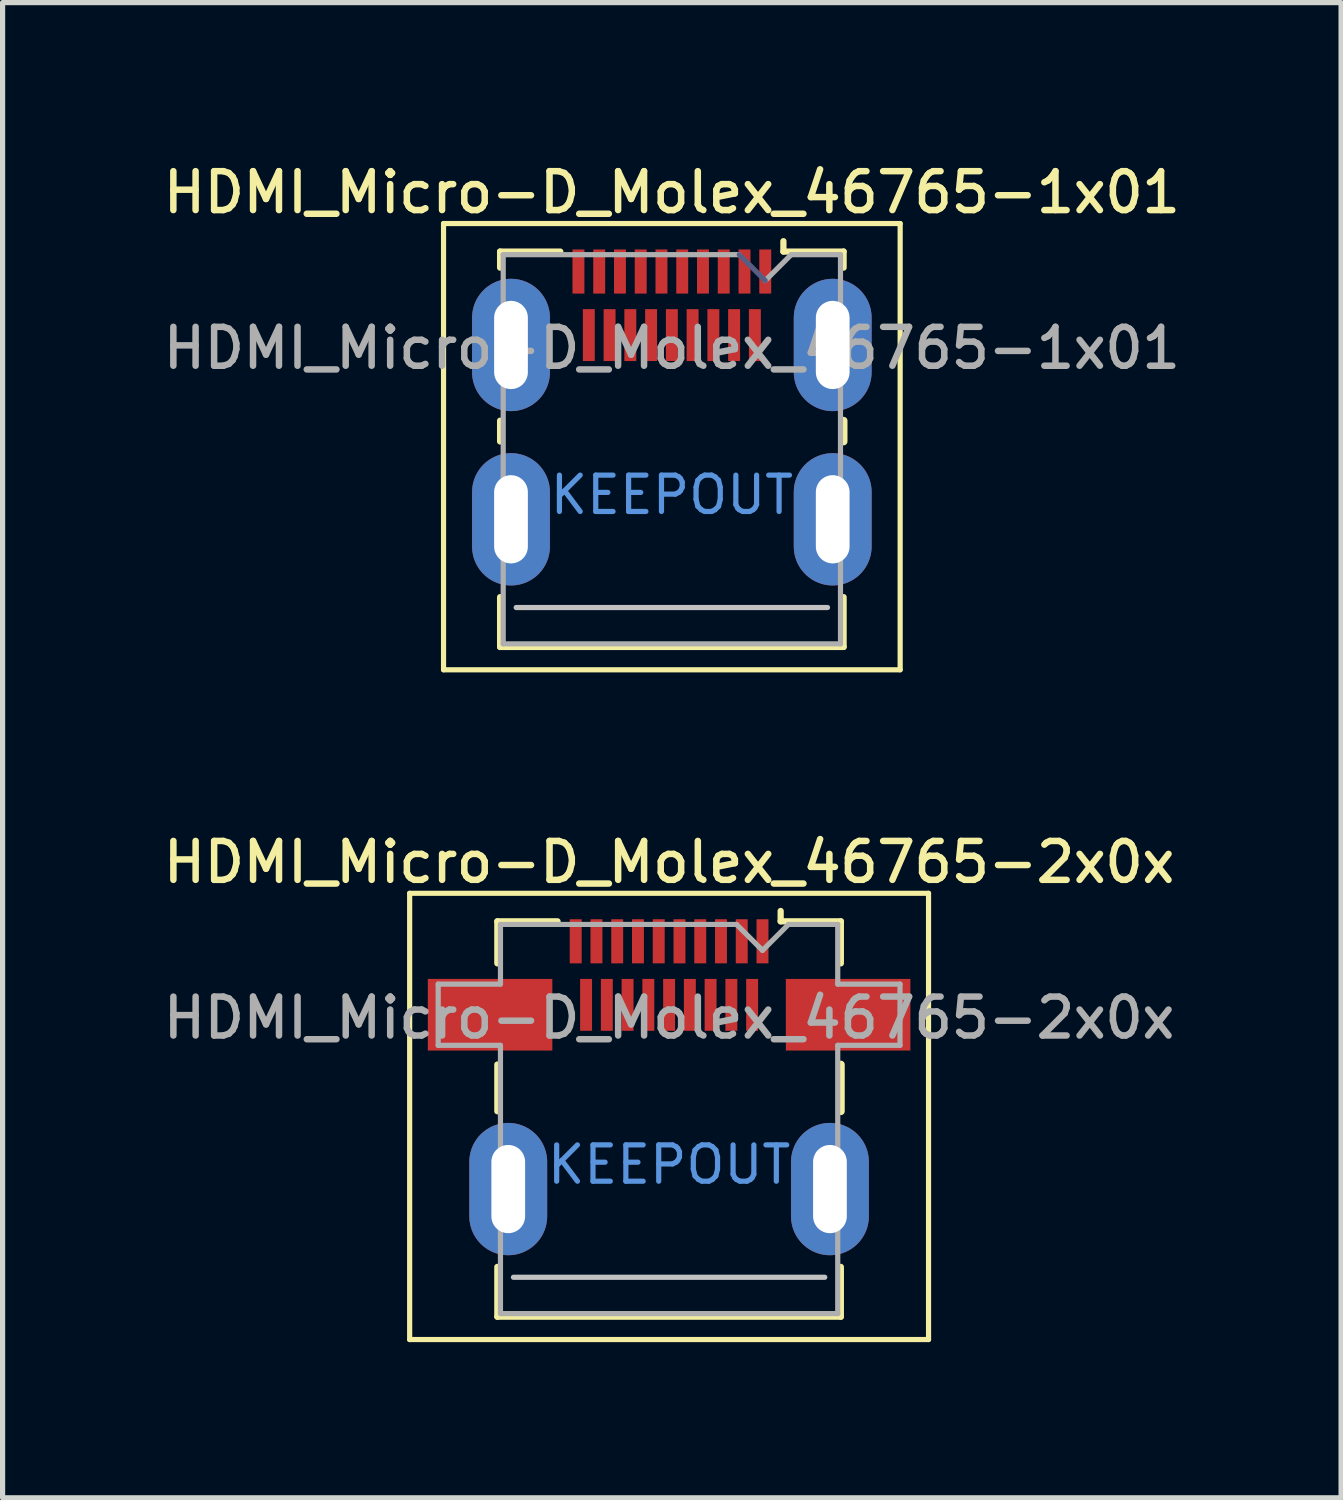
<source format=kicad_pcb>
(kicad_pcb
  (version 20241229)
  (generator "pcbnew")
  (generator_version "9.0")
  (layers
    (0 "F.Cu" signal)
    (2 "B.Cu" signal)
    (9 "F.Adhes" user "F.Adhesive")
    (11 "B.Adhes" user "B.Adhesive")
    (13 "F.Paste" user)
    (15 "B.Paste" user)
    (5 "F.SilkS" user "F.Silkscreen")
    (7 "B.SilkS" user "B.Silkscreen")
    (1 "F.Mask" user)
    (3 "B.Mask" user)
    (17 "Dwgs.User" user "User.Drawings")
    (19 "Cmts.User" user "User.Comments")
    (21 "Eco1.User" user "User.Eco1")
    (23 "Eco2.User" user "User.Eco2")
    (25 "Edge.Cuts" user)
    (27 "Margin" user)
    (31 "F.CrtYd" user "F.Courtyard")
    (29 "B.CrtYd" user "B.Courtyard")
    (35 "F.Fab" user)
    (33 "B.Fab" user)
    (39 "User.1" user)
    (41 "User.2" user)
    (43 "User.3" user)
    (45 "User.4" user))
  (footprint "HDMI_Micro-D_Molex_46765-1x01"
    (layer "F.Cu")
    (at 9.898 6.958)
    (property "Reference" "HDMI_Micro-D_Molex_46765-1x01" (at 0 -6.3 0) (layer "F.SilkS") (effects (font (size 0.75 0.75) (thickness 0.125))))
    (attr smd)
    (fp_line (start -4.4 -5.7) (end -4.4 2.9) (stroke (width 0.1) (type solid)) (layer "F.SilkS"))
    (fp_line (start -4.4 2.9) (end 4.4 2.9) (stroke (width 0.1) (type solid)) (layer "F.SilkS"))
    (fp_line (start -3.31 -5.16) (end -2.15 -5.16) (stroke (width 0.12) (type solid)) (layer "F.SilkS"))
    (fp_line (start -3.31 -4.85) (end -3.31 -5.16) (stroke (width 0.12) (type solid)) (layer "F.SilkS"))
    (fp_line (start -3.31 -1.5) (end -3.31 -1.9) (stroke (width 0.12) (type solid)) (layer "F.SilkS"))
    (fp_line (start -3.31 2.46) (end -3.31 1.5) (stroke (width 0.12) (type solid)) (layer "F.SilkS"))
    (fp_line (start -3.31 2.46) (end 3.31 2.46) (stroke (width 0.12) (type solid)) (layer "F.SilkS"))
    (fp_line (start 2.15 -5.16) (end 2.15 -5.36) (stroke (width 0.12) (type solid)) (layer "F.SilkS"))
    (fp_line (start 2.15 -5.16) (end 3.31 -5.16) (stroke (width 0.12) (type solid)) (layer "F.SilkS"))
    (fp_line (start 3.31 -5.16) (end 3.31 -4.85) (stroke (width 0.12) (type solid)) (layer "F.SilkS"))
    (fp_line (start 3.31 -1.9) (end 3.31 -1.5) (stroke (width 0.15) (type solid)) (layer "F.SilkS"))
    (fp_line (start 3.31 1.5) (end 3.31 2.46) (stroke (width 0.12) (type solid)) (layer "F.SilkS"))
    (fp_line (start 4.4 -5.7) (end -4.4 -5.7) (stroke (width 0.1) (type solid)) (layer "F.SilkS"))
    (fp_line (start 4.4 2.9) (end 4.4 -5.7) (stroke (width 0.1) (type solid)) (layer "F.SilkS"))
    (fp_line (start -3 1.7) (end 3 1.7) (stroke (width 0.1) (type solid)) (layer "Dwgs.User"))
    (fp_line (start 1.8 -4.6) (end 1.3 -5.1) (stroke (width 0.1) (type solid)) (layer "B.Fab"))
    (fp_line (start -3.25 -5.1) (end 1.3 -5.1) (stroke (width 0.1) (type solid)) (layer "F.Fab"))
    (fp_line (start -3.25 2.4) (end -3.25 -5.1) (stroke (width 0.1) (type solid)) (layer "F.Fab"))
    (fp_line (start 1.8 -4.6) (end 2.3 -5.1) (stroke (width 0.1) (type solid)) (layer "F.Fab"))
    (fp_line (start 2.3 -5.1) (end 3.25 -5.1) (stroke (width 0.1) (type solid)) (layer "F.Fab"))
    (fp_line (start 3.25 -5.1) (end 3.25 2.4) (stroke (width 0.1) (type solid)) (layer "F.Fab"))
    (fp_line (start 3.25 2.4) (end -3.25 2.4) (stroke (width 0.1) (type solid)) (layer "F.Fab"))
    (fp_text user "KEEPOUT" (at 0 -0.47 0) (layer "Cmts.User") (effects (font (size 0.7 0.7) (thickness 0.1))))
    (fp_text user "${REFERENCE}" (at 0 -3.3 0) (layer "F.Fab") (effects (font (size 0.75 0.75) (thickness 0.125))))
    (pad "1" smd rect (at 1.8 -4.775) (size 0.23 0.85) (layers "F.Cu" "F.Mask" "F.Paste"))
    (pad "2" smd rect (at 1.6 -3.55) (size 0.23 1) (layers "F.Cu" "F.Mask" "F.Paste"))
    (pad "3" smd rect (at 1.4 -4.775) (size 0.23 0.85) (layers "F.Cu" "F.Mask" "F.Paste"))
    (pad "4" smd rect (at 1.2 -3.55) (size 0.23 1) (layers "F.Cu" "F.Mask" "F.Paste"))
    (pad "5" smd rect (at 1 -4.775) (size 0.23 0.85) (layers "F.Cu" "F.Mask" "F.Paste"))
    (pad "6" smd rect (at 0.8 -3.55) (size 0.23 1) (layers "F.Cu" "F.Mask" "F.Paste"))
    (pad "7" smd rect (at 0.6 -4.775) (size 0.23 0.85) (layers "F.Cu" "F.Mask" "F.Paste"))
    (pad "8" smd rect (at 0.4 -3.55) (size 0.23 1) (layers "F.Cu" "F.Mask" "F.Paste"))
    (pad "9" smd rect (at 0.2 -4.775) (size 0.23 0.85) (layers "F.Cu" "F.Mask" "F.Paste"))
    (pad "10" smd rect (at 0 -3.55) (size 0.23 1) (layers "F.Cu" "F.Mask" "F.Paste"))
    (pad "11" smd rect (at -0.2 -4.775) (size 0.23 0.85) (layers "F.Cu" "F.Mask" "F.Paste"))
    (pad "12" smd rect (at -0.4 -3.55) (size 0.23 1) (layers "F.Cu" "F.Mask" "F.Paste"))
    (pad "13" smd rect (at -0.6 -4.775) (size 0.23 0.85) (layers "F.Cu" "F.Mask" "F.Paste"))
    (pad "14" smd rect (at -0.8 -3.55) (size 0.23 1) (layers "F.Cu" "F.Mask" "F.Paste"))
    (pad "15" smd rect (at -1 -4.775) (size 0.23 0.85) (layers "F.Cu" "F.Mask" "F.Paste"))
    (pad "16" smd rect (at -1.2 -3.55) (size 0.23 1) (layers "F.Cu" "F.Mask" "F.Paste"))
    (pad "17" smd rect (at -1.4 -4.775) (size 0.23 0.85) (layers "F.Cu" "F.Mask" "F.Paste"))
    (pad "18" smd rect (at -1.6 -3.55) (size 0.23 1) (layers "F.Cu" "F.Mask" "F.Paste"))
    (pad "19" smd rect (at -1.8 -4.775) (size 0.23 0.85) (layers "F.Cu" "F.Mask" "F.Paste"))
    (pad "SH" thru_hole oval (at -3.1 -3.36) (size 1.5 2.55) (drill oval 0.65 1.7) (layers "*.Cu" "*.Mask"))
    (pad "SH" thru_hole oval (at -3.1 0) (size 1.5 2.55) (drill oval 0.65 1.7) (layers "*.Cu" "*.Mask"))
    (pad "SH" thru_hole oval (at 3.1 -3.36) (size 1.5 2.55) (drill oval 0.65 1.7) (layers "*.Cu" "*.Mask"))
    (pad "SH" thru_hole oval (at 3.1 0) (size 1.5 2.55) (drill oval 0.65 1.7) (layers "*.Cu" "*.Mask"))
    (zone (net_name "") (layer "F.Cu") (hatch full 0.508) (connect_pads) (min_thickness 0.254) (filled_areas_thickness no) (keepout (tracks not_allowed) (vias not_allowed) (pads not_allowed) (copperpour not_allowed) (footprints not_allowed)) (placement (enabled no)) (fill) (polygon (pts (xy 7.548 4.318) (xy 12.248 4.318) (xy 12.248 8.658) (xy 7.548 8.658)))))
  (footprint "HDMI_Micro-D_Molex_46765-2x0x"
    (layer "F.Cu")
    (at 9.845 19.866)
    (property "Reference" "HDMI_Micro-D_Molex_46765-2x0x" (at 0 -6.3 0) (layer "F.SilkS") (effects (font (size 0.75 0.75) (thickness 0.125))))
    (attr smd)
    (fp_line (start -5 -5.7) (end -5 2.9) (stroke (width 0.1) (type solid)) (layer "F.SilkS"))
    (fp_line (start -5 2.9) (end 5 2.9) (stroke (width 0.1) (type solid)) (layer "F.SilkS"))
    (fp_line (start -3.31 -5.16) (end -2.15 -5.16) (stroke (width 0.12) (type solid)) (layer "F.SilkS"))
    (fp_line (start -3.31 -4.35) (end -3.31 -5.16) (stroke (width 0.12) (type solid)) (layer "F.SilkS"))
    (fp_line (start -3.31 -1.5) (end -3.31 -2.4) (stroke (width 0.12) (type solid)) (layer "F.SilkS"))
    (fp_line (start -3.31 2.46) (end -3.31 1.5) (stroke (width 0.12) (type solid)) (layer "F.SilkS"))
    (fp_line (start -3.31 2.46) (end 3.31 2.46) (stroke (width 0.12) (type solid)) (layer "F.SilkS"))
    (fp_line (start 2.15 -5.16) (end 2.15 -5.36) (stroke (width 0.12) (type solid)) (layer "F.SilkS"))
    (fp_line (start 2.15 -5.16) (end 3.31 -5.16) (stroke (width 0.12) (type solid)) (layer "F.SilkS"))
    (fp_line (start 3.31 -5.16) (end 3.31 -4.35) (stroke (width 0.12) (type solid)) (layer "F.SilkS"))
    (fp_line (start 3.31 -2.4) (end 3.31 -1.5) (stroke (width 0.15) (type solid)) (layer "F.SilkS"))
    (fp_line (start 3.31 1.5) (end 3.31 2.46) (stroke (width 0.12) (type solid)) (layer "F.SilkS"))
    (fp_line (start 5 -5.7) (end -5 -5.7) (stroke (width 0.1) (type solid)) (layer "F.SilkS"))
    (fp_line (start 5 2.9) (end 5 -5.7) (stroke (width 0.1) (type solid)) (layer "F.SilkS"))
    (fp_line (start -3 1.7) (end 3 1.7) (stroke (width 0.1) (type solid)) (layer "Dwgs.User"))
    (fp_line (start -4.45 -3.95) (end -3.25 -3.95) (stroke (width 0.1) (type solid)) (layer "F.Fab"))
    (fp_line (start -4.45 -2.77) (end -4.45 -3.95) (stroke (width 0.1) (type solid)) (layer "F.Fab"))
    (fp_line (start -3.25 -5.1) (end 1.3 -5.1) (stroke (width 0.1) (type solid)) (layer "F.Fab"))
    (fp_line (start -3.25 -3.95) (end -3.25 -5.1) (stroke (width 0.1) (type solid)) (layer "F.Fab"))
    (fp_line (start -3.25 -2.77) (end -4.45 -2.77) (stroke (width 0.1) (type solid)) (layer "F.Fab"))
    (fp_line (start -3.25 2.4) (end -3.25 -2.77) (stroke (width 0.1) (type solid)) (layer "F.Fab"))
    (fp_line (start 1.8 -4.6) (end 1.3 -5.1) (stroke (width 0.1) (type solid)) (layer "F.Fab"))
    (fp_line (start 1.8 -4.6) (end 2.3 -5.1) (stroke (width 0.1) (type solid)) (layer "F.Fab"))
    (fp_line (start 2.3 -5.1) (end 3.25 -5.1) (stroke (width 0.1) (type solid)) (layer "F.Fab"))
    (fp_line (start 3.25 -5.1) (end 3.25 -3.95) (stroke (width 0.1) (type solid)) (layer "F.Fab"))
    (fp_line (start 3.25 -3.95) (end 4.45 -3.95) (stroke (width 0.1) (type solid)) (layer "F.Fab"))
    (fp_line (start 3.25 -2.77) (end 3.25 2.4) (stroke (width 0.1) (type solid)) (layer "F.Fab"))
    (fp_line (start 3.25 2.4) (end -3.25 2.4) (stroke (width 0.1) (type solid)) (layer "F.Fab"))
    (fp_line (start 4.45 -3.95) (end 4.45 -2.77) (stroke (width 0.1) (type solid)) (layer "F.Fab"))
    (fp_line (start 4.45 -2.77) (end 3.25 -2.77) (stroke (width 0.1) (type solid)) (layer "F.Fab"))
    (fp_text user "KEEPOUT" (at 0 -0.47 0) (layer "Cmts.User") (effects (font (size 0.7 0.7) (thickness 0.1))))
    (fp_text user "${REFERENCE}" (at 0 -3.3 0) (layer "F.Fab") (effects (font (size 0.75 0.75) (thickness 0.125))))
    (pad "1" smd rect (at 1.8 -4.775) (size 0.23 0.85) (layers "F.Cu" "F.Mask" "F.Paste"))
    (pad "2" smd rect (at 1.6 -3.55) (size 0.23 1) (layers "F.Cu" "F.Mask" "F.Paste"))
    (pad "3" smd rect (at 1.4 -4.775) (size 0.23 0.85) (layers "F.Cu" "F.Mask" "F.Paste"))
    (pad "4" smd rect (at 1.2 -3.55) (size 0.23 1) (layers "F.Cu" "F.Mask" "F.Paste"))
    (pad "5" smd rect (at 1 -4.775) (size 0.23 0.85) (layers "F.Cu" "F.Mask" "F.Paste"))
    (pad "6" smd rect (at 0.8 -3.55) (size 0.23 1) (layers "F.Cu" "F.Mask" "F.Paste"))
    (pad "7" smd rect (at 0.6 -4.775) (size 0.23 0.85) (layers "F.Cu" "F.Mask" "F.Paste"))
    (pad "8" smd rect (at 0.4 -3.55) (size 0.23 1) (layers "F.Cu" "F.Mask" "F.Paste"))
    (pad "9" smd rect (at 0.2 -4.775) (size 0.23 0.85) (layers "F.Cu" "F.Mask" "F.Paste"))
    (pad "10" smd rect (at 0 -3.55) (size 0.23 1) (layers "F.Cu" "F.Mask" "F.Paste"))
    (pad "11" smd rect (at -0.2 -4.775) (size 0.23 0.85) (layers "F.Cu" "F.Mask" "F.Paste"))
    (pad "12" smd rect (at -0.4 -3.55) (size 0.23 1) (layers "F.Cu" "F.Mask" "F.Paste"))
    (pad "13" smd rect (at -0.6 -4.775) (size 0.23 0.85) (layers "F.Cu" "F.Mask" "F.Paste"))
    (pad "14" smd rect (at -0.8 -3.55) (size 0.23 1) (layers "F.Cu" "F.Mask" "F.Paste"))
    (pad "15" smd rect (at -1 -4.775) (size 0.23 0.85) (layers "F.Cu" "F.Mask" "F.Paste"))
    (pad "16" smd rect (at -1.2 -3.55) (size 0.23 1) (layers "F.Cu" "F.Mask" "F.Paste"))
    (pad "17" smd rect (at -1.4 -4.775) (size 0.23 0.85) (layers "F.Cu" "F.Mask" "F.Paste"))
    (pad "18" smd rect (at -1.6 -3.55) (size 0.23 1) (layers "F.Cu" "F.Mask" "F.Paste"))
    (pad "19" smd rect (at -1.8 -4.775) (size 0.23 0.85) (layers "F.Cu" "F.Mask" "F.Paste"))
    (pad "SH" smd rect (at -3.45 -3.36) (size 2.4 1.38) (layers "F.Cu" "F.Mask" "F.Paste"))
    (pad "SH" thru_hole oval (at -3.1 0) (size 1.5 2.55) (drill oval 0.65 1.7) (layers "*.Cu" "*.Mask"))
    (pad "SH" thru_hole oval (at 3.1 0) (size 1.5 2.55) (drill oval 0.65 1.7) (layers "*.Cu" "*.Mask"))
    (pad "SH" smd rect (at 3.45 -3.36) (size 2.4 1.38) (layers "F.Cu" "F.Mask" "F.Paste"))
    (zone (net_name "") (layer "F.Cu") (hatch full 0.508) (connect_pads) (min_thickness 0.254) (filled_areas_thickness no) (keepout (tracks not_allowed) (vias not_allowed) (pads not_allowed) (copperpour not_allowed) (footprints not_allowed)) (placement (enabled no)) (fill) (polygon (pts (xy 7.495 17.226) (xy 12.195 17.226) (xy 12.195 21.566) (xy 7.495 21.566)))))
  (gr_rect
    (start -3 -3)
    (end 22.796 25.816)
    (stroke (width 0.1) (type default))
    (fill no)
    (layer "Edge.Cuts")))
</source>
